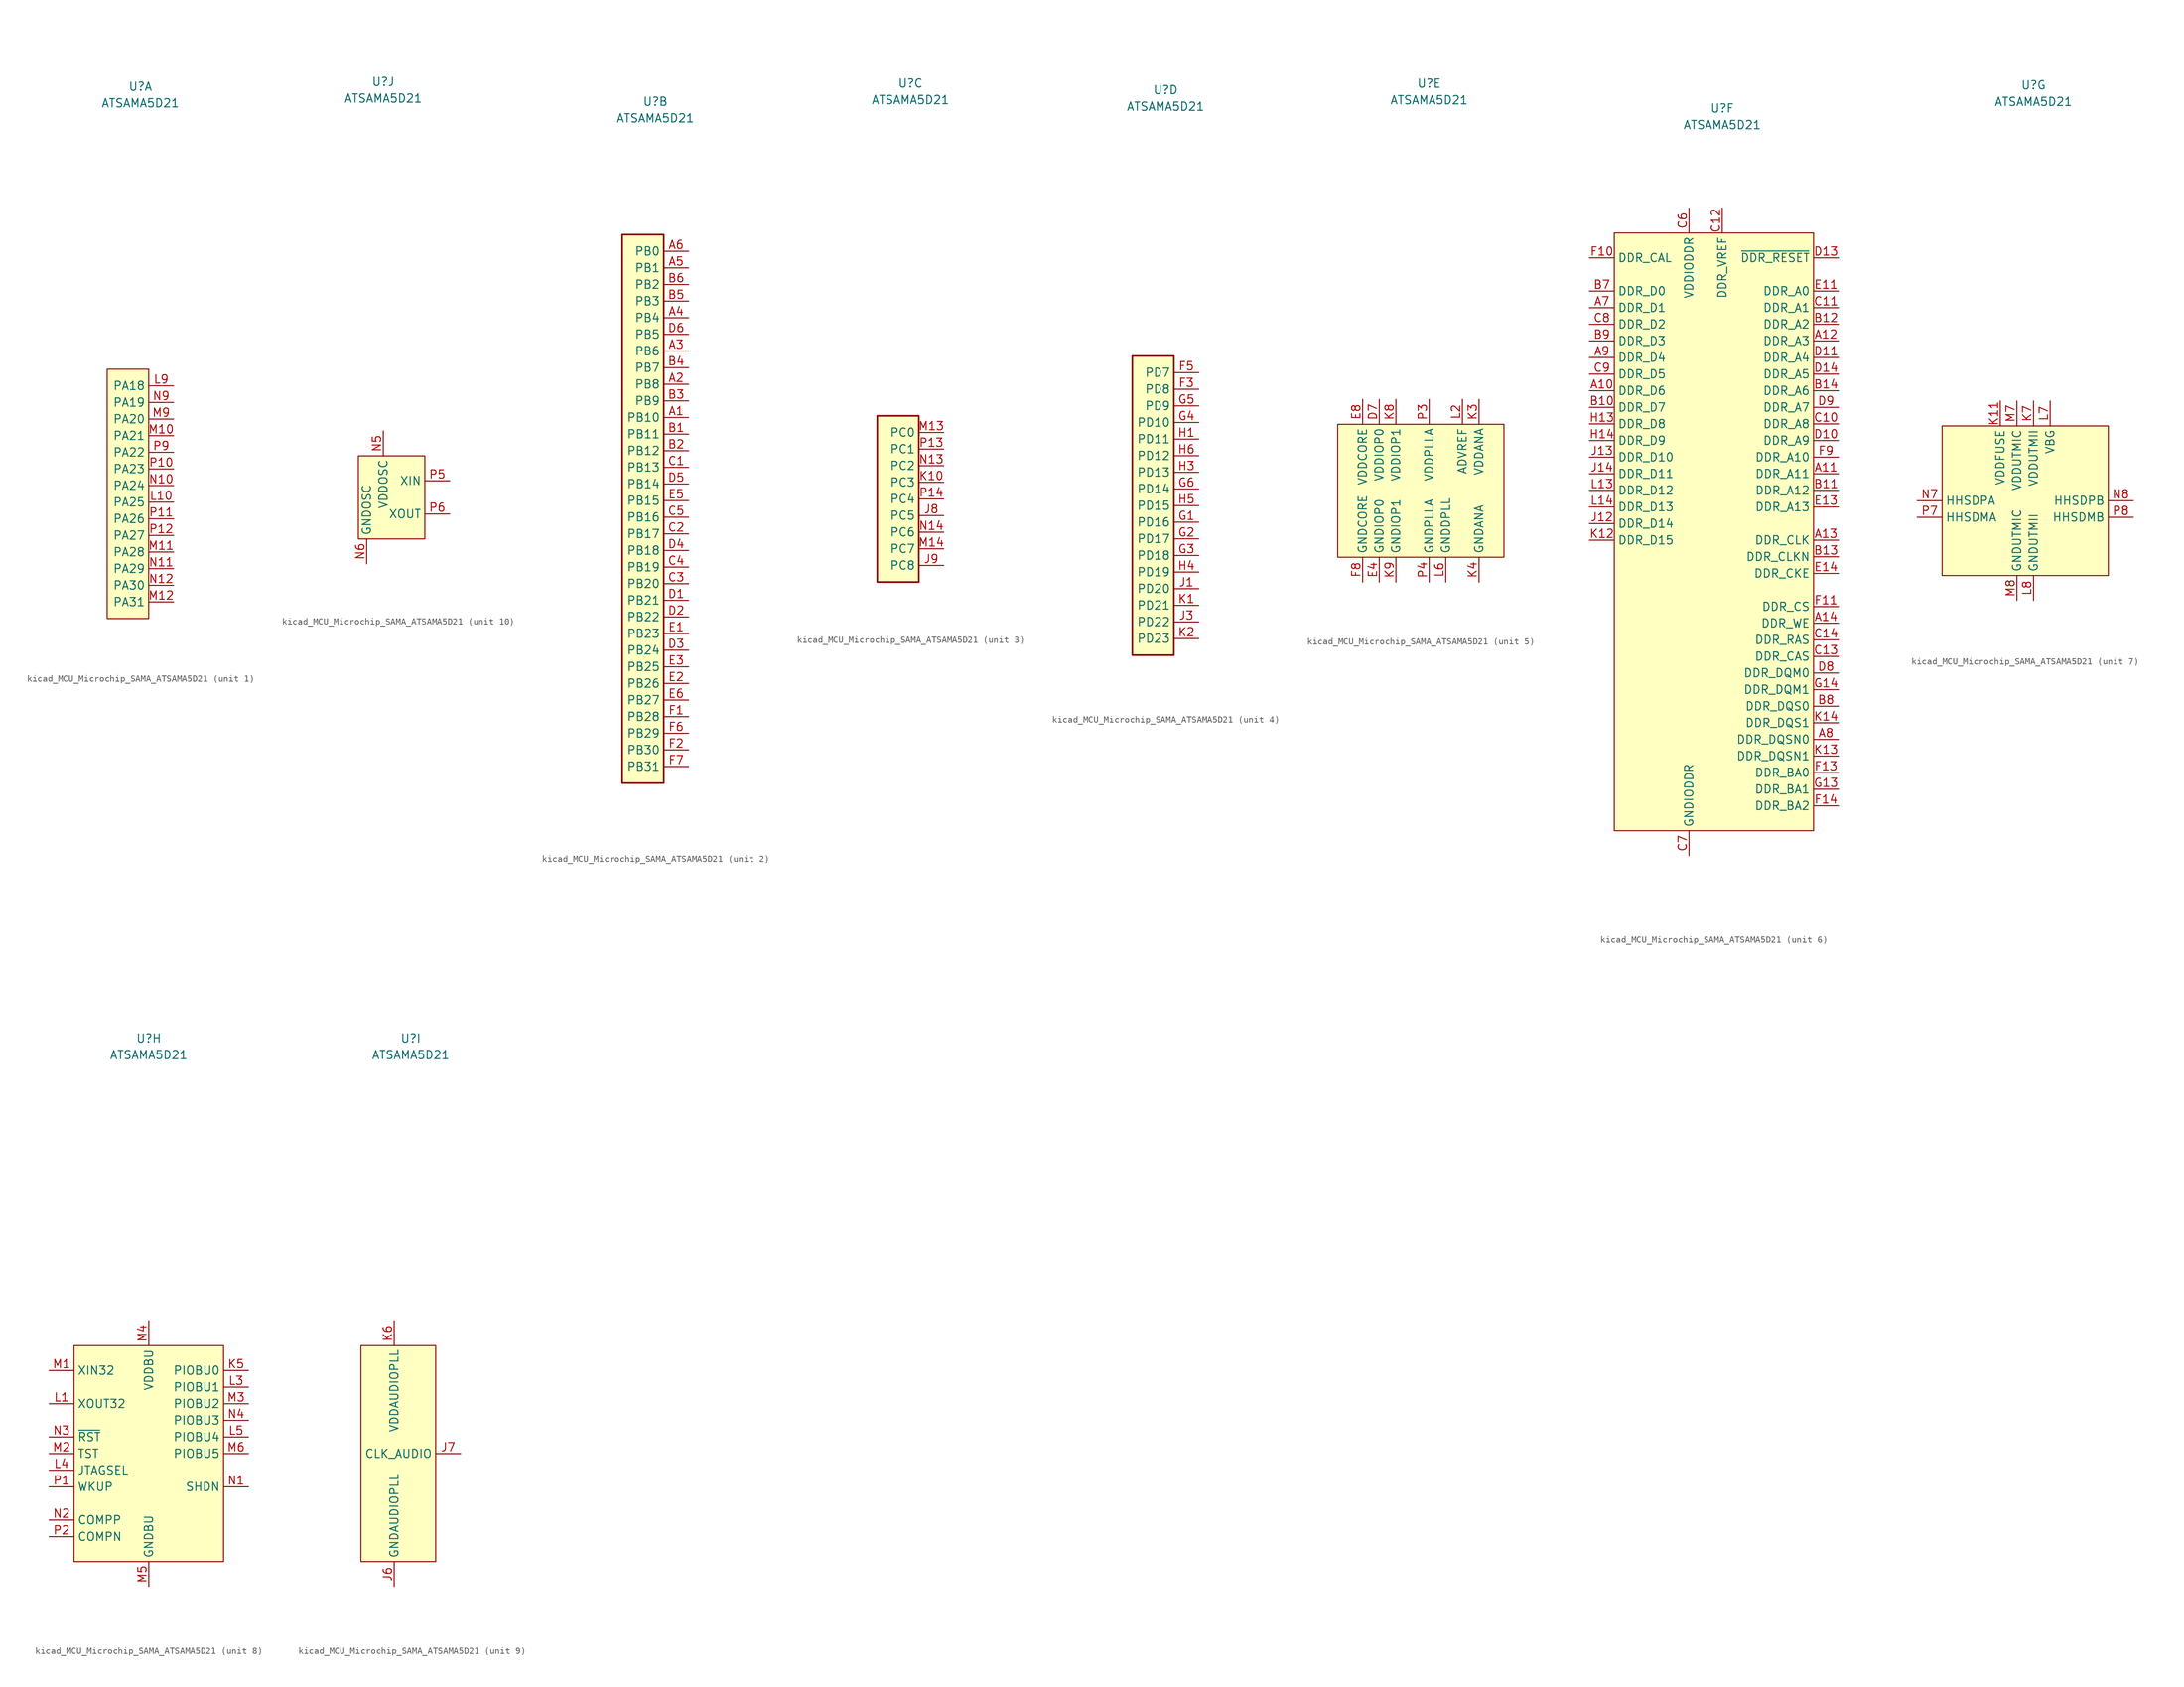
<source format=kicad_sym>
(kicad_symbol_lib
  (version 20220914)
  (generator kicad_symbol_editor)
  (symbol "kicad_MCU_Microchip_SAMA_ATSAMA5D21"
    (property "Reference" "U"
      (at 0 63.5 0)
      (effects (font (size 1.27 1.27))))
    (property "Value" "ATSAMA5D21"
      (at 0 60.96 0)
      (effects (font (size 1.27 1.27))))
    (property "ki_locked" ""
      (at 0 0 0)
      (effects (font (size 1.27 1.27))))
    (symbol "kicad_MCU_Microchip_SAMA_ATSAMA5D21_1_1"
      (rectangle (start 1.27 20.32) (end -5.08 -17.78) (stroke (width 0) (type default)) (fill (type background)))
      (pin bidirectional line (at 5.08 0 180) (length 3.81) (name "PA25" (effects (font (size 1.27 1.27)))) (number "L10" (effects (font (size 1.27 1.27)))))
      (pin bidirectional line (at 5.08 17.78 180) (length 3.81) (name "PA18" (effects (font (size 1.27 1.27)))) (number "L9" (effects (font (size 1.27 1.27)))))
      (pin bidirectional line (at 5.08 10.16 180) (length 3.81) (name "PA21" (effects (font (size 1.27 1.27)))) (number "M10" (effects (font (size 1.27 1.27)))))
      (pin bidirectional line (at 5.08 -7.62 180) (length 3.81) (name "PA28" (effects (font (size 1.27 1.27)))) (number "M11" (effects (font (size 1.27 1.27)))))
      (pin bidirectional line (at 5.08 -15.24 180) (length 3.81) (name "PA31" (effects (font (size 1.27 1.27)))) (number "M12" (effects (font (size 1.27 1.27)))))
      (pin bidirectional line (at 5.08 12.7 180) (length 3.81) (name "PA20" (effects (font (size 1.27 1.27)))) (number "M9" (effects (font (size 1.27 1.27)))))
      (pin bidirectional line (at 5.08 2.54 180) (length 3.81) (name "PA24" (effects (font (size 1.27 1.27)))) (number "N10" (effects (font (size 1.27 1.27)))))
      (pin bidirectional line (at 5.08 -10.16 180) (length 3.81) (name "PA29" (effects (font (size 1.27 1.27)))) (number "N11" (effects (font (size 1.27 1.27)))))
      (pin bidirectional line (at 5.08 -12.7 180) (length 3.81) (name "PA30" (effects (font (size 1.27 1.27)))) (number "N12" (effects (font (size 1.27 1.27)))))
      (pin bidirectional line (at 5.08 15.24 180) (length 3.81) (name "PA19" (effects (font (size 1.27 1.27)))) (number "N9" (effects (font (size 1.27 1.27)))))
      (pin bidirectional line (at 5.08 5.08 180) (length 3.81) (name "PA23" (effects (font (size 1.27 1.27)))) (number "P10" (effects (font (size 1.27 1.27)))))
      (pin bidirectional line (at 5.08 -2.54 180) (length 3.81) (name "PA26" (effects (font (size 1.27 1.27)))) (number "P11" (effects (font (size 1.27 1.27)))))
      (pin bidirectional line (at 5.08 -5.08 180) (length 3.81) (name "PA27" (effects (font (size 1.27 1.27)))) (number "P12" (effects (font (size 1.27 1.27)))))
      (pin bidirectional line (at 5.08 7.62 180) (length 3.81) (name "PA22" (effects (font (size 1.27 1.27)))) (number "P9" (effects (font (size 1.27 1.27))))))
    (symbol "kicad_MCU_Microchip_SAMA_ATSAMA5D21_2_1"
      (rectangle (start -5.08 43.18) (end 1.27 -40.64) (stroke (width 0.254) (type default)) (fill (type background)))
      (pin bidirectional line (at 5.08 15.24 180) (length 3.81) (name "PB10" (effects (font (size 1.27 1.27)))) (number "A1" (effects (font (size 1.27 1.27)))))
      (pin bidirectional line (at 5.08 20.32 180) (length 3.81) (name "PB8" (effects (font (size 1.27 1.27)))) (number "A2" (effects (font (size 1.27 1.27)))))
      (pin bidirectional line (at 5.08 25.4 180) (length 3.81) (name "PB6" (effects (font (size 1.27 1.27)))) (number "A3" (effects (font (size 1.27 1.27)))))
      (pin bidirectional line (at 5.08 30.48 180) (length 3.81) (name "PB4" (effects (font (size 1.27 1.27)))) (number "A4" (effects (font (size 1.27 1.27)))))
      (pin bidirectional line (at 5.08 38.1 180) (length 3.81) (name "PB1" (effects (font (size 1.27 1.27)))) (number "A5" (effects (font (size 1.27 1.27)))))
      (pin bidirectional line (at 5.08 40.64 180) (length 3.81) (name "PB0" (effects (font (size 1.27 1.27)))) (number "A6" (effects (font (size 1.27 1.27)))))
      (pin bidirectional line (at 5.08 12.7 180) (length 3.81) (name "PB11" (effects (font (size 1.27 1.27)))) (number "B1" (effects (font (size 1.27 1.27)))))
      (pin bidirectional line (at 5.08 10.16 180) (length 3.81) (name "PB12" (effects (font (size 1.27 1.27)))) (number "B2" (effects (font (size 1.27 1.27)))))
      (pin bidirectional line (at 5.08 17.78 180) (length 3.81) (name "PB9" (effects (font (size 1.27 1.27)))) (number "B3" (effects (font (size 1.27 1.27)))))
      (pin bidirectional line (at 5.08 22.86 180) (length 3.81) (name "PB7" (effects (font (size 1.27 1.27)))) (number "B4" (effects (font (size 1.27 1.27)))))
      (pin bidirectional line (at 5.08 33.02 180) (length 3.81) (name "PB3" (effects (font (size 1.27 1.27)))) (number "B5" (effects (font (size 1.27 1.27)))))
      (pin bidirectional line (at 5.08 35.56 180) (length 3.81) (name "PB2" (effects (font (size 1.27 1.27)))) (number "B6" (effects (font (size 1.27 1.27)))))
      (pin bidirectional line (at 5.08 7.62 180) (length 3.81) (name "PB13" (effects (font (size 1.27 1.27)))) (number "C1" (effects (font (size 1.27 1.27)))))
      (pin bidirectional line (at 5.08 -2.54 180) (length 3.81) (name "PB17" (effects (font (size 1.27 1.27)))) (number "C2" (effects (font (size 1.27 1.27)))))
      (pin bidirectional line (at 5.08 -10.16 180) (length 3.81) (name "PB20" (effects (font (size 1.27 1.27)))) (number "C3" (effects (font (size 1.27 1.27)))))
      (pin bidirectional line (at 5.08 -7.62 180) (length 3.81) (name "PB19" (effects (font (size 1.27 1.27)))) (number "C4" (effects (font (size 1.27 1.27)))))
      (pin bidirectional line (at 5.08 0 180) (length 3.81) (name "PB16" (effects (font (size 1.27 1.27)))) (number "C5" (effects (font (size 1.27 1.27)))))
      (pin bidirectional line (at 5.08 -12.7 180) (length 3.81) (name "PB21" (effects (font (size 1.27 1.27)))) (number "D1" (effects (font (size 1.27 1.27)))))
      (pin bidirectional line (at 5.08 -15.24 180) (length 3.81) (name "PB22" (effects (font (size 1.27 1.27)))) (number "D2" (effects (font (size 1.27 1.27)))))
      (pin bidirectional line (at 5.08 -20.32 180) (length 3.81) (name "PB24" (effects (font (size 1.27 1.27)))) (number "D3" (effects (font (size 1.27 1.27)))))
      (pin bidirectional line (at 5.08 -5.08 180) (length 3.81) (name "PB18" (effects (font (size 1.27 1.27)))) (number "D4" (effects (font (size 1.27 1.27)))))
      (pin bidirectional line (at 5.08 5.08 180) (length 3.81) (name "PB14" (effects (font (size 1.27 1.27)))) (number "D5" (effects (font (size 1.27 1.27)))))
      (pin bidirectional line (at 5.08 27.94 180) (length 3.81) (name "PB5" (effects (font (size 1.27 1.27)))) (number "D6" (effects (font (size 1.27 1.27)))))
      (pin bidirectional line (at 5.08 -17.78 180) (length 3.81) (name "PB23" (effects (font (size 1.27 1.27)))) (number "E1" (effects (font (size 1.27 1.27)))))
      (pin bidirectional line (at 5.08 -25.4 180) (length 3.81) (name "PB26" (effects (font (size 1.27 1.27)))) (number "E2" (effects (font (size 1.27 1.27)))))
      (pin bidirectional line (at 5.08 -22.86 180) (length 3.81) (name "PB25" (effects (font (size 1.27 1.27)))) (number "E3" (effects (font (size 1.27 1.27)))))
      (pin bidirectional line (at 5.08 2.54 180) (length 3.81) (name "PB15" (effects (font (size 1.27 1.27)))) (number "E5" (effects (font (size 1.27 1.27)))))
      (pin bidirectional line (at 5.08 -27.94 180) (length 3.81) (name "PB27" (effects (font (size 1.27 1.27)))) (number "E6" (effects (font (size 1.27 1.27)))))
      (pin bidirectional line (at 5.08 -30.48 180) (length 3.81) (name "PB28" (effects (font (size 1.27 1.27)))) (number "F1" (effects (font (size 1.27 1.27)))))
      (pin bidirectional line (at 5.08 -35.56 180) (length 3.81) (name "PB30" (effects (font (size 1.27 1.27)))) (number "F2" (effects (font (size 1.27 1.27)))))
      (pin bidirectional line (at 5.08 -33.02 180) (length 3.81) (name "PB29" (effects (font (size 1.27 1.27)))) (number "F6" (effects (font (size 1.27 1.27)))))
      (pin bidirectional line (at 5.08 -38.1 180) (length 3.81) (name "PB31" (effects (font (size 1.27 1.27)))) (number "F7" (effects (font (size 1.27 1.27))))))
    (symbol "kicad_MCU_Microchip_SAMA_ATSAMA5D21_3_1"
      (rectangle (start -5.08 -12.7) (end 1.27 12.7) (stroke (width 0.254) (type default)) (fill (type background)))
      (pin bidirectional line (at 5.08 -2.54 180) (length 3.81) (name "PC5" (effects (font (size 1.27 1.27)))) (number "J8" (effects (font (size 1.27 1.27)))))
      (pin bidirectional line (at 5.08 -10.16 180) (length 3.81) (name "PC8" (effects (font (size 1.27 1.27)))) (number "J9" (effects (font (size 1.27 1.27)))))
      (pin bidirectional line (at 5.08 2.54 180) (length 3.81) (name "PC3" (effects (font (size 1.27 1.27)))) (number "K10" (effects (font (size 1.27 1.27)))))
      (pin bidirectional line (at 5.08 10.16 180) (length 3.81) (name "PC0" (effects (font (size 1.27 1.27)))) (number "M13" (effects (font (size 1.27 1.27)))))
      (pin bidirectional line (at 5.08 -7.62 180) (length 3.81) (name "PC7" (effects (font (size 1.27 1.27)))) (number "M14" (effects (font (size 1.27 1.27)))))
      (pin bidirectional line (at 5.08 5.08 180) (length 3.81) (name "PC2" (effects (font (size 1.27 1.27)))) (number "N13" (effects (font (size 1.27 1.27)))))
      (pin bidirectional line (at 5.08 -5.08 180) (length 3.81) (name "PC6" (effects (font (size 1.27 1.27)))) (number "N14" (effects (font (size 1.27 1.27)))))
      (pin bidirectional line (at 5.08 7.62 180) (length 3.81) (name "PC1" (effects (font (size 1.27 1.27)))) (number "P13" (effects (font (size 1.27 1.27)))))
      (pin bidirectional line (at 5.08 0 180) (length 3.81) (name "PC4" (effects (font (size 1.27 1.27)))) (number "P14" (effects (font (size 1.27 1.27))))))
    (symbol "kicad_MCU_Microchip_SAMA_ATSAMA5D21_4_1"
      (rectangle (start -5.08 22.86) (end 1.27 -22.86) (stroke (width 0.254) (type default)) (fill (type background)))
      (pin bidirectional line (at 5.08 17.78 180) (length 3.81) (name "PD8" (effects (font (size 1.27 1.27)))) (number "F3" (effects (font (size 1.27 1.27)))))
      (pin bidirectional line (at 5.08 20.32 180) (length 3.81) (name "PD7" (effects (font (size 1.27 1.27)))) (number "F5" (effects (font (size 1.27 1.27)))))
      (pin bidirectional line (at 5.08 -2.54 180) (length 3.81) (name "PD16" (effects (font (size 1.27 1.27)))) (number "G1" (effects (font (size 1.27 1.27)))))
      (pin bidirectional line (at 5.08 -5.08 180) (length 3.81) (name "PD17" (effects (font (size 1.27 1.27)))) (number "G2" (effects (font (size 1.27 1.27)))))
      (pin bidirectional line (at 5.08 -7.62 180) (length 3.81) (name "PD18" (effects (font (size 1.27 1.27)))) (number "G3" (effects (font (size 1.27 1.27)))))
      (pin bidirectional line (at 5.08 12.7 180) (length 3.81) (name "PD10" (effects (font (size 1.27 1.27)))) (number "G4" (effects (font (size 1.27 1.27)))))
      (pin bidirectional line (at 5.08 15.24 180) (length 3.81) (name "PD9" (effects (font (size 1.27 1.27)))) (number "G5" (effects (font (size 1.27 1.27)))))
      (pin bidirectional line (at 5.08 2.54 180) (length 3.81) (name "PD14" (effects (font (size 1.27 1.27)))) (number "G6" (effects (font (size 1.27 1.27)))))
      (pin bidirectional line (at 5.08 10.16 180) (length 3.81) (name "PD11" (effects (font (size 1.27 1.27)))) (number "H1" (effects (font (size 1.27 1.27)))))
      (pin bidirectional line (at 5.08 5.08 180) (length 3.81) (name "PD13" (effects (font (size 1.27 1.27)))) (number "H3" (effects (font (size 1.27 1.27)))))
      (pin bidirectional line (at 5.08 -10.16 180) (length 3.81) (name "PD19" (effects (font (size 1.27 1.27)))) (number "H4" (effects (font (size 1.27 1.27)))))
      (pin bidirectional line (at 5.08 0 180) (length 3.81) (name "PD15" (effects (font (size 1.27 1.27)))) (number "H5" (effects (font (size 1.27 1.27)))))
      (pin bidirectional line (at 5.08 7.62 180) (length 3.81) (name "PD12" (effects (font (size 1.27 1.27)))) (number "H6" (effects (font (size 1.27 1.27)))))
      (pin bidirectional line (at 5.08 -12.7 180) (length 3.81) (name "PD20" (effects (font (size 1.27 1.27)))) (number "J1" (effects (font (size 1.27 1.27)))))
      (pin bidirectional line (at 5.08 -17.78 180) (length 3.81) (name "PD22" (effects (font (size 1.27 1.27)))) (number "J3" (effects (font (size 1.27 1.27)))))
      (pin bidirectional line (at 5.08 -15.24 180) (length 3.81) (name "PD21" (effects (font (size 1.27 1.27)))) (number "K1" (effects (font (size 1.27 1.27)))))
      (pin bidirectional line (at 5.08 -20.32 180) (length 3.81) (name "PD23" (effects (font (size 1.27 1.27)))) (number "K2" (effects (font (size 1.27 1.27))))))
    (symbol "kicad_MCU_Microchip_SAMA_ATSAMA5D21_5_1"
      (rectangle (start -13.97 11.43) (end 11.43 -8.89) (stroke (width 0) (type default)) (fill (type background)))
      (pin power_in line (at -7.62 15.24 270) (length 3.81) (name "VDDIOP0" (effects (font (size 1.27 1.27)))) (number "D7" (effects (font (size 1.27 1.27)))))
      (pin power_in line (at -7.62 -12.7 90) (length 3.81) (name "GNDIOP0" (effects (font (size 1.27 1.27)))) (number "E4" (effects (font (size 1.27 1.27)))))
      (pin passive line (at -7.62 -12.7 90) (length 3.81) hide (name "GNDIOP0" (effects (font (size 1.27 1.27)))) (number "E7" (effects (font (size 1.27 1.27)))))
      (pin power_in line (at -10.16 15.24 270) (length 3.81) (name "VDDCORE" (effects (font (size 1.27 1.27)))) (number "E8" (effects (font (size 1.27 1.27)))))
      (pin passive line (at -7.62 15.24 270) (length 3.81) hide (name "VDDIOP0" (effects (font (size 1.27 1.27)))) (number "F4" (effects (font (size 1.27 1.27)))))
      (pin power_in line (at -10.16 -12.7 90) (length 3.81) (name "GNDCORE" (effects (font (size 1.27 1.27)))) (number "F8" (effects (font (size 1.27 1.27)))))
      (pin passive line (at -10.16 -12.7 90) (length 3.81) hide (name "GNDCORE" (effects (font (size 1.27 1.27)))) (number "G7" (effects (font (size 1.27 1.27)))))
      (pin passive line (at -10.16 15.24 270) (length 3.81) hide (name "VDDCORE" (effects (font (size 1.27 1.27)))) (number "G8" (effects (font (size 1.27 1.27)))))
      (pin passive line (at -10.16 -12.7 90) (length 3.81) hide (name "GNDCORE" (effects (font (size 1.27 1.27)))) (number "G9" (effects (font (size 1.27 1.27)))))
      (pin passive line (at 7.62 15.24 270) (length 3.81) hide (name "VDDANA" (effects (font (size 1.27 1.27)))) (number "H2" (effects (font (size 1.27 1.27)))))
      (pin passive line (at -10.16 -12.7 90) (length 3.81) hide (name "GNDCORE" (effects (font (size 1.27 1.27)))) (number "H7" (effects (font (size 1.27 1.27)))))
      (pin passive line (at -10.16 15.24 270) (length 3.81) hide (name "VDDCORE" (effects (font (size 1.27 1.27)))) (number "H8" (effects (font (size 1.27 1.27)))))
      (pin passive line (at -10.16 15.24 270) (length 3.81) hide (name "VDDCORE" (effects (font (size 1.27 1.27)))) (number "H9" (effects (font (size 1.27 1.27)))))
      (pin passive line (at 7.62 -12.7 90) (length 3.81) hide (name "GNDANA" (effects (font (size 1.27 1.27)))) (number "J2" (effects (font (size 1.27 1.27)))))
      (pin passive line (at -10.16 -12.7 90) (length 3.81) hide (name "GNDCORE" (effects (font (size 1.27 1.27)))) (number "J4" (effects (font (size 1.27 1.27)))))
      (pin passive line (at -10.16 15.24 270) (length 3.81) hide (name "VDDCORE" (effects (font (size 1.27 1.27)))) (number "J5" (effects (font (size 1.27 1.27)))))
      (pin power_in line (at 7.62 15.24 270) (length 3.81) (name "VDDANA" (effects (font (size 1.27 1.27)))) (number "K3" (effects (font (size 1.27 1.27)))))
      (pin power_in line (at 7.62 -12.7 90) (length 3.81) (name "GNDANA" (effects (font (size 1.27 1.27)))) (number "K4" (effects (font (size 1.27 1.27)))))
      (pin power_in line (at -5.08 15.24 270) (length 3.81) (name "VDDIOP1" (effects (font (size 1.27 1.27)))) (number "K8" (effects (font (size 1.27 1.27)))))
      (pin power_in line (at -5.08 -12.7 90) (length 3.81) (name "GNDIOP1" (effects (font (size 1.27 1.27)))) (number "K9" (effects (font (size 1.27 1.27)))))
      (pin passive line (at -5.08 15.24 270) (length 3.81) hide (name "VDDIOP1" (effects (font (size 1.27 1.27)))) (number "L11" (effects (font (size 1.27 1.27)))))
      (pin passive line (at -5.08 -12.7 90) (length 3.81) hide (name "GNDIOP1" (effects (font (size 1.27 1.27)))) (number "L12" (effects (font (size 1.27 1.27)))))
      (pin power_in line (at 5.08 15.24 270) (length 3.81) (name "ADVREF" (effects (font (size 1.27 1.27)))) (number "L2" (effects (font (size 1.27 1.27)))))
      (pin power_in line (at 2.54 -12.7 90) (length 3.81) (name "GNDDPLL" (effects (font (size 1.27 1.27)))) (number "L6" (effects (font (size 1.27 1.27)))))
      (pin power_in line (at 0 15.24 270) (length 3.81) (name "VDDPLLA" (effects (font (size 1.27 1.27)))) (number "P3" (effects (font (size 1.27 1.27)))))
      (pin power_in line (at 0 -12.7 90) (length 3.81) (name "GNDPLLA" (effects (font (size 1.27 1.27)))) (number "P4" (effects (font (size 1.27 1.27))))))
    (symbol "kicad_MCU_Microchip_SAMA_ATSAMA5D21_6_1"
      (rectangle (start -16.51 44.45) (end 13.97 -46.99) (stroke (width 0) (type default)) (fill (type background)))
      (pin bidirectional line (at -20.32 20.32 0) (length 3.81) (name "DDR_D6" (effects (font (size 1.27 1.27)))) (number "A10" (effects (font (size 1.27 1.27)))))
      (pin output line (at 17.78 7.62 180) (length 3.81) (name "DDR_A11" (effects (font (size 1.27 1.27)))) (number "A11" (effects (font (size 1.27 1.27)))))
      (pin output line (at 17.78 27.94 180) (length 3.81) (name "DDR_A3" (effects (font (size 1.27 1.27)))) (number "A12" (effects (font (size 1.27 1.27)))))
      (pin output line (at 17.78 -2.54 180) (length 3.81) (name "DDR_CLK" (effects (font (size 1.27 1.27)))) (number "A13" (effects (font (size 1.27 1.27)))))
      (pin output line (at 17.78 -15.24 180) (length 3.81) (name "DDR_WE" (effects (font (size 1.27 1.27)))) (number "A14" (effects (font (size 1.27 1.27)))))
      (pin bidirectional line (at -20.32 33.02 0) (length 3.81) (name "DDR_D1" (effects (font (size 1.27 1.27)))) (number "A7" (effects (font (size 1.27 1.27)))))
      (pin output line (at 17.78 -33.02 180) (length 3.81) (name "DDR_DQSN0" (effects (font (size 1.27 1.27)))) (number "A8" (effects (font (size 1.27 1.27)))))
      (pin bidirectional line (at -20.32 25.4 0) (length 3.81) (name "DDR_D4" (effects (font (size 1.27 1.27)))) (number "A9" (effects (font (size 1.27 1.27)))))
      (pin bidirectional line (at -20.32 17.78 0) (length 3.81) (name "DDR_D7" (effects (font (size 1.27 1.27)))) (number "B10" (effects (font (size 1.27 1.27)))))
      (pin output line (at 17.78 5.08 180) (length 3.81) (name "DDR_A12" (effects (font (size 1.27 1.27)))) (number "B11" (effects (font (size 1.27 1.27)))))
      (pin output line (at 17.78 30.48 180) (length 3.81) (name "DDR_A2" (effects (font (size 1.27 1.27)))) (number "B12" (effects (font (size 1.27 1.27)))))
      (pin output line (at 17.78 -5.08 180) (length 3.81) (name "DDR_CLKN" (effects (font (size 1.27 1.27)))) (number "B13" (effects (font (size 1.27 1.27)))))
      (pin output line (at 17.78 20.32 180) (length 3.81) (name "DDR_A6" (effects (font (size 1.27 1.27)))) (number "B14" (effects (font (size 1.27 1.27)))))
      (pin bidirectional line (at -20.32 35.56 0) (length 3.81) (name "DDR_D0" (effects (font (size 1.27 1.27)))) (number "B7" (effects (font (size 1.27 1.27)))))
      (pin output line (at 17.78 -27.94 180) (length 3.81) (name "DDR_DQS0" (effects (font (size 1.27 1.27)))) (number "B8" (effects (font (size 1.27 1.27)))))
      (pin bidirectional line (at -20.32 27.94 0) (length 3.81) (name "DDR_D3" (effects (font (size 1.27 1.27)))) (number "B9" (effects (font (size 1.27 1.27)))))
      (pin output line (at 17.78 15.24 180) (length 3.81) (name "DDR_A8" (effects (font (size 1.27 1.27)))) (number "C10" (effects (font (size 1.27 1.27)))))
      (pin output line (at 17.78 33.02 180) (length 3.81) (name "DDR_A1" (effects (font (size 1.27 1.27)))) (number "C11" (effects (font (size 1.27 1.27)))))
      (pin power_in line (at 0 48.26 270) (length 3.81) (name "DDR_VREF" (effects (font (size 1.27 1.27)))) (number "C12" (effects (font (size 1.27 1.27)))))
      (pin output line (at 17.78 -20.32 180) (length 3.81) (name "DDR_CAS" (effects (font (size 1.27 1.27)))) (number "C13" (effects (font (size 1.27 1.27)))))
      (pin output line (at 17.78 -17.78 180) (length 3.81) (name "DDR_RAS" (effects (font (size 1.27 1.27)))) (number "C14" (effects (font (size 1.27 1.27)))))
      (pin power_in line (at -5.08 48.26 270) (length 3.81) (name "VDDIODDR" (effects (font (size 1.27 1.27)))) (number "C6" (effects (font (size 1.27 1.27)))))
      (pin power_in line (at -5.08 -50.8 90) (length 3.81) (name "GNDIODDR" (effects (font (size 1.27 1.27)))) (number "C7" (effects (font (size 1.27 1.27)))))
      (pin bidirectional line (at -20.32 30.48 0) (length 3.81) (name "DDR_D2" (effects (font (size 1.27 1.27)))) (number "C8" (effects (font (size 1.27 1.27)))))
      (pin bidirectional line (at -20.32 22.86 0) (length 3.81) (name "DDR_D5" (effects (font (size 1.27 1.27)))) (number "C9" (effects (font (size 1.27 1.27)))))
      (pin output line (at 17.78 12.7 180) (length 3.81) (name "DDR_A9" (effects (font (size 1.27 1.27)))) (number "D10" (effects (font (size 1.27 1.27)))))
      (pin output line (at 17.78 25.4 180) (length 3.81) (name "DDR_A4" (effects (font (size 1.27 1.27)))) (number "D11" (effects (font (size 1.27 1.27)))))
      (pin passive line (at -5.08 -50.8 90) (length 3.81) hide (name "GNDIODDR" (effects (font (size 1.27 1.27)))) (number "D12" (effects (font (size 1.27 1.27)))))
      (pin output line (at 17.78 40.64 180) (length 3.81) (name "~{DDR_RESET}" (effects (font (size 1.27 1.27)))) (number "D13" (effects (font (size 1.27 1.27)))))
      (pin output line (at 17.78 22.86 180) (length 3.81) (name "DDR_A5" (effects (font (size 1.27 1.27)))) (number "D14" (effects (font (size 1.27 1.27)))))
      (pin output line (at 17.78 -22.86 180) (length 3.81) (name "DDR_DQM0" (effects (font (size 1.27 1.27)))) (number "D8" (effects (font (size 1.27 1.27)))))
      (pin output line (at 17.78 17.78 180) (length 3.81) (name "DDR_A7" (effects (font (size 1.27 1.27)))) (number "D9" (effects (font (size 1.27 1.27)))))
      (pin passive line (at -5.08 48.26 270) (length 3.81) hide (name "VDDIODDR" (effects (font (size 1.27 1.27)))) (number "E10" (effects (font (size 1.27 1.27)))))
      (pin output line (at 17.78 35.56 180) (length 3.81) (name "DDR_A0" (effects (font (size 1.27 1.27)))) (number "E11" (effects (font (size 1.27 1.27)))))
      (pin passive line (at -5.08 48.26 270) (length 3.81) hide (name "VDDIODDR" (effects (font (size 1.27 1.27)))) (number "E12" (effects (font (size 1.27 1.27)))))
      (pin output line (at 17.78 2.54 180) (length 3.81) (name "DDR_A13" (effects (font (size 1.27 1.27)))) (number "E13" (effects (font (size 1.27 1.27)))))
      (pin output line (at 17.78 -7.62 180) (length 3.81) (name "DDR_CKE" (effects (font (size 1.27 1.27)))) (number "E14" (effects (font (size 1.27 1.27)))))
      (pin passive line (at -5.08 -50.8 90) (length 3.81) hide (name "GNDIODDR" (effects (font (size 1.27 1.27)))) (number "E9" (effects (font (size 1.27 1.27)))))
      (pin input line (at -20.32 40.64 0) (length 3.81) (name "DDR_CAL" (effects (font (size 1.27 1.27)))) (number "F10" (effects (font (size 1.27 1.27)))))
      (pin output line (at 17.78 -12.7 180) (length 3.81) (name "DDR_CS" (effects (font (size 1.27 1.27)))) (number "F11" (effects (font (size 1.27 1.27)))))
      (pin passive line (at -5.08 -50.8 90) (length 3.81) hide (name "GNDIODDR" (effects (font (size 1.27 1.27)))) (number "F12" (effects (font (size 1.27 1.27)))))
      (pin output line (at 17.78 -38.1 180) (length 3.81) (name "DDR_BA0" (effects (font (size 1.27 1.27)))) (number "F13" (effects (font (size 1.27 1.27)))))
      (pin output line (at 17.78 -43.18 180) (length 3.81) (name "DDR_BA2" (effects (font (size 1.27 1.27)))) (number "F14" (effects (font (size 1.27 1.27)))))
      (pin output line (at 17.78 10.16 180) (length 3.81) (name "DDR_A10" (effects (font (size 1.27 1.27)))) (number "F9" (effects (font (size 1.27 1.27)))))
      (pin passive line (at -5.08 48.26 270) (length 3.81) hide (name "VDDIODDR" (effects (font (size 1.27 1.27)))) (number "G10" (effects (font (size 1.27 1.27)))))
      (pin passive line (at -5.08 -50.8 90) (length 3.81) hide (name "GNDIODDR" (effects (font (size 1.27 1.27)))) (number "G11" (effects (font (size 1.27 1.27)))))
      (pin passive line (at -5.08 48.26 270) (length 3.81) hide (name "VDDIODDR" (effects (font (size 1.27 1.27)))) (number "G12" (effects (font (size 1.27 1.27)))))
      (pin output line (at 17.78 -40.64 180) (length 3.81) (name "DDR_BA1" (effects (font (size 1.27 1.27)))) (number "G13" (effects (font (size 1.27 1.27)))))
      (pin output line (at 17.78 -25.4 180) (length 3.81) (name "DDR_DQM1" (effects (font (size 1.27 1.27)))) (number "G14" (effects (font (size 1.27 1.27)))))
      (pin passive line (at -5.08 -50.8 90) (length 3.81) hide (name "GNDIODDR" (effects (font (size 1.27 1.27)))) (number "H10" (effects (font (size 1.27 1.27)))))
      (pin passive line (at -5.08 48.26 270) (length 3.81) hide (name "VDDIODDR" (effects (font (size 1.27 1.27)))) (number "H11" (effects (font (size 1.27 1.27)))))
      (pin passive line (at 0 48.26 270) (length 3.81) hide (name "DDR_VREF" (effects (font (size 1.27 1.27)))) (number "H12" (effects (font (size 1.27 1.27)))))
      (pin bidirectional line (at -20.32 15.24 0) (length 3.81) (name "DDR_D8" (effects (font (size 1.27 1.27)))) (number "H13" (effects (font (size 1.27 1.27)))))
      (pin bidirectional line (at -20.32 12.7 0) (length 3.81) (name "DDR_D9" (effects (font (size 1.27 1.27)))) (number "H14" (effects (font (size 1.27 1.27)))))
      (pin passive line (at -5.08 48.26 270) (length 3.81) hide (name "VDDIODDR" (effects (font (size 1.27 1.27)))) (number "J10" (effects (font (size 1.27 1.27)))))
      (pin passive line (at -5.08 -50.8 90) (length 3.81) hide (name "GNDIODDR" (effects (font (size 1.27 1.27)))) (number "J11" (effects (font (size 1.27 1.27)))))
      (pin bidirectional line (at -20.32 0 0) (length 3.81) (name "DDR_D14" (effects (font (size 1.27 1.27)))) (number "J12" (effects (font (size 1.27 1.27)))))
      (pin bidirectional line (at -20.32 10.16 0) (length 3.81) (name "DDR_D10" (effects (font (size 1.27 1.27)))) (number "J13" (effects (font (size 1.27 1.27)))))
      (pin bidirectional line (at -20.32 7.62 0) (length 3.81) (name "DDR_D11" (effects (font (size 1.27 1.27)))) (number "J14" (effects (font (size 1.27 1.27)))))
      (pin bidirectional line (at -20.32 -2.54 0) (length 3.81) (name "DDR_D15" (effects (font (size 1.27 1.27)))) (number "K12" (effects (font (size 1.27 1.27)))))
      (pin output line (at 17.78 -35.56 180) (length 3.81) (name "DDR_DQSN1" (effects (font (size 1.27 1.27)))) (number "K13" (effects (font (size 1.27 1.27)))))
      (pin output line (at 17.78 -30.48 180) (length 3.81) (name "DDR_DQS1" (effects (font (size 1.27 1.27)))) (number "K14" (effects (font (size 1.27 1.27)))))
      (pin bidirectional line (at -20.32 5.08 0) (length 3.81) (name "DDR_D12" (effects (font (size 1.27 1.27)))) (number "L13" (effects (font (size 1.27 1.27)))))
      (pin bidirectional line (at -20.32 2.54 0) (length 3.81) (name "DDR_D13" (effects (font (size 1.27 1.27)))) (number "L14" (effects (font (size 1.27 1.27))))))
    (symbol "kicad_MCU_Microchip_SAMA_ATSAMA5D21_7_1"
      (rectangle (start -13.97 11.43) (end 11.43 -11.43) (stroke (width 0) (type default)) (fill (type background)))
      (pin power_in line (at -5.08 15.24 270) (length 3.81) (name "VDDFUSE" (effects (font (size 1.27 1.27)))) (number "K11" (effects (font (size 1.27 1.27)))))
      (pin power_in line (at 0 15.24 270) (length 3.81) (name "VDDUTMII" (effects (font (size 1.27 1.27)))) (number "K7" (effects (font (size 1.27 1.27)))))
      (pin power_in line (at 2.54 15.24 270) (length 3.81) (name "VBG" (effects (font (size 1.27 1.27)))) (number "L7" (effects (font (size 1.27 1.27)))))
      (pin power_in line (at 0 -15.24 90) (length 3.81) (name "GNDUTMII" (effects (font (size 1.27 1.27)))) (number "L8" (effects (font (size 1.27 1.27)))))
      (pin power_in line (at -2.54 15.24 270) (length 3.81) (name "VDDUTMIC" (effects (font (size 1.27 1.27)))) (number "M7" (effects (font (size 1.27 1.27)))))
      (pin power_in line (at -2.54 -15.24 90) (length 3.81) (name "GNDUTMIC" (effects (font (size 1.27 1.27)))) (number "M8" (effects (font (size 1.27 1.27)))))
      (pin bidirectional line (at -17.78 0 0) (length 3.81) (name "HHSDPA" (effects (font (size 1.27 1.27)))) (number "N7" (effects (font (size 1.27 1.27)))))
      (pin bidirectional line (at 15.24 0 180) (length 3.81) (name "HHSDPB" (effects (font (size 1.27 1.27)))) (number "N8" (effects (font (size 1.27 1.27)))))
      (pin bidirectional line (at -17.78 -2.54 0) (length 3.81) (name "HHSDMA" (effects (font (size 1.27 1.27)))) (number "P7" (effects (font (size 1.27 1.27)))))
      (pin bidirectional line (at 15.24 -2.54 180) (length 3.81) (name "HHSDMB" (effects (font (size 1.27 1.27)))) (number "P8" (effects (font (size 1.27 1.27))))))
    (symbol "kicad_MCU_Microchip_SAMA_ATSAMA5D21_8_1"
      (rectangle (start -11.43 16.51) (end 11.43 -16.51) (stroke (width 0) (type default)) (fill (type background)))
      (pin bidirectional line (at 15.24 12.7 180) (length 3.81) (name "PIOBU0" (effects (font (size 1.27 1.27)))) (number "K5" (effects (font (size 1.27 1.27)))))
      (pin output line (at -15.24 7.62 0) (length 3.81) (name "XOUT32" (effects (font (size 1.27 1.27)))) (number "L1" (effects (font (size 1.27 1.27)))))
      (pin bidirectional line (at 15.24 10.16 180) (length 3.81) (name "PIOBU1" (effects (font (size 1.27 1.27)))) (number "L3" (effects (font (size 1.27 1.27)))))
      (pin input line (at -15.24 -2.54 0) (length 3.81) (name "JTAGSEL" (effects (font (size 1.27 1.27)))) (number "L4" (effects (font (size 1.27 1.27)))))
      (pin bidirectional line (at 15.24 2.54 180) (length 3.81) (name "PIOBU4" (effects (font (size 1.27 1.27)))) (number "L5" (effects (font (size 1.27 1.27)))))
      (pin input line (at -15.24 12.7 0) (length 3.81) (name "XIN32" (effects (font (size 1.27 1.27)))) (number "M1" (effects (font (size 1.27 1.27)))))
      (pin input line (at -15.24 0 0) (length 3.81) (name "TST" (effects (font (size 1.27 1.27)))) (number "M2" (effects (font (size 1.27 1.27)))))
      (pin bidirectional line (at 15.24 7.62 180) (length 3.81) (name "PIOBU2" (effects (font (size 1.27 1.27)))) (number "M3" (effects (font (size 1.27 1.27)))))
      (pin power_in line (at 0 20.32 270) (length 3.81) (name "VDDBU" (effects (font (size 1.27 1.27)))) (number "M4" (effects (font (size 1.27 1.27)))))
      (pin power_in line (at 0 -20.32 90) (length 3.81) (name "GNDBU" (effects (font (size 1.27 1.27)))) (number "M5" (effects (font (size 1.27 1.27)))))
      (pin bidirectional line (at 15.24 0 180) (length 3.81) (name "PIOBU5" (effects (font (size 1.27 1.27)))) (number "M6" (effects (font (size 1.27 1.27)))))
      (pin output line (at 15.24 -5.08 180) (length 3.81) (name "SHDN" (effects (font (size 1.27 1.27)))) (number "N1" (effects (font (size 1.27 1.27)))))
      (pin input line (at -15.24 -10.16 0) (length 3.81) (name "COMPP" (effects (font (size 1.27 1.27)))) (number "N2" (effects (font (size 1.27 1.27)))))
      (pin input line (at -15.24 2.54 0) (length 3.81) (name "~{RST}" (effects (font (size 1.27 1.27)))) (number "N3" (effects (font (size 1.27 1.27)))))
      (pin bidirectional line (at 15.24 5.08 180) (length 3.81) (name "PIOBU3" (effects (font (size 1.27 1.27)))) (number "N4" (effects (font (size 1.27 1.27)))))
      (pin input line (at -15.24 -5.08 0) (length 3.81) (name "WKUP" (effects (font (size 1.27 1.27)))) (number "P1" (effects (font (size 1.27 1.27)))))
      (pin input line (at -15.24 -12.7 0) (length 3.81) (name "COMPN" (effects (font (size 1.27 1.27)))) (number "P2" (effects (font (size 1.27 1.27))))))
    (symbol "kicad_MCU_Microchip_SAMA_ATSAMA5D21_9_1"
      (rectangle (start -7.62 16.51) (end 3.81 -16.51) (stroke (width 0) (type default)) (fill (type background)))
      (pin power_in line (at -2.54 -20.32 90) (length 3.81) (name "GNDAUDIOPLL" (effects (font (size 1.27 1.27)))) (number "J6" (effects (font (size 1.27 1.27)))))
      (pin output line (at 7.62 0 180) (length 3.81) (name "CLK_AUDIO" (effects (font (size 1.27 1.27)))) (number "J7" (effects (font (size 1.27 1.27)))))
      (pin power_in line (at -2.54 20.32 270) (length 3.81) (name "VDDAUDIOPLL" (effects (font (size 1.27 1.27)))) (number "K6" (effects (font (size 1.27 1.27))))))
    (symbol "kicad_MCU_Microchip_SAMA_ATSAMA5D21_10_1"
      (rectangle (start -3.81 6.35) (end 6.35 -6.35) (stroke (width 0) (type default)) (fill (type background)))
      (pin power_in line (at 0 10.16 270) (length 3.81) (name "VDDOSC" (effects (font (size 1.27 1.27)))) (number "N5" (effects (font (size 1.27 1.27)))))
      (pin power_in line (at -2.54 -10.16 90) (length 3.81) (name "GNDOSC" (effects (font (size 1.27 1.27)))) (number "N6" (effects (font (size 1.27 1.27)))))
      (pin input line (at 10.16 2.54 180) (length 3.81) (name "XIN" (effects (font (size 1.27 1.27)))) (number "P5" (effects (font (size 1.27 1.27)))))
      (pin output line (at 10.16 -2.54 180) (length 3.81) (name "XOUT" (effects (font (size 1.27 1.27)))) (number "P6" (effects (font (size 1.27 1.27))))))))
</source>
